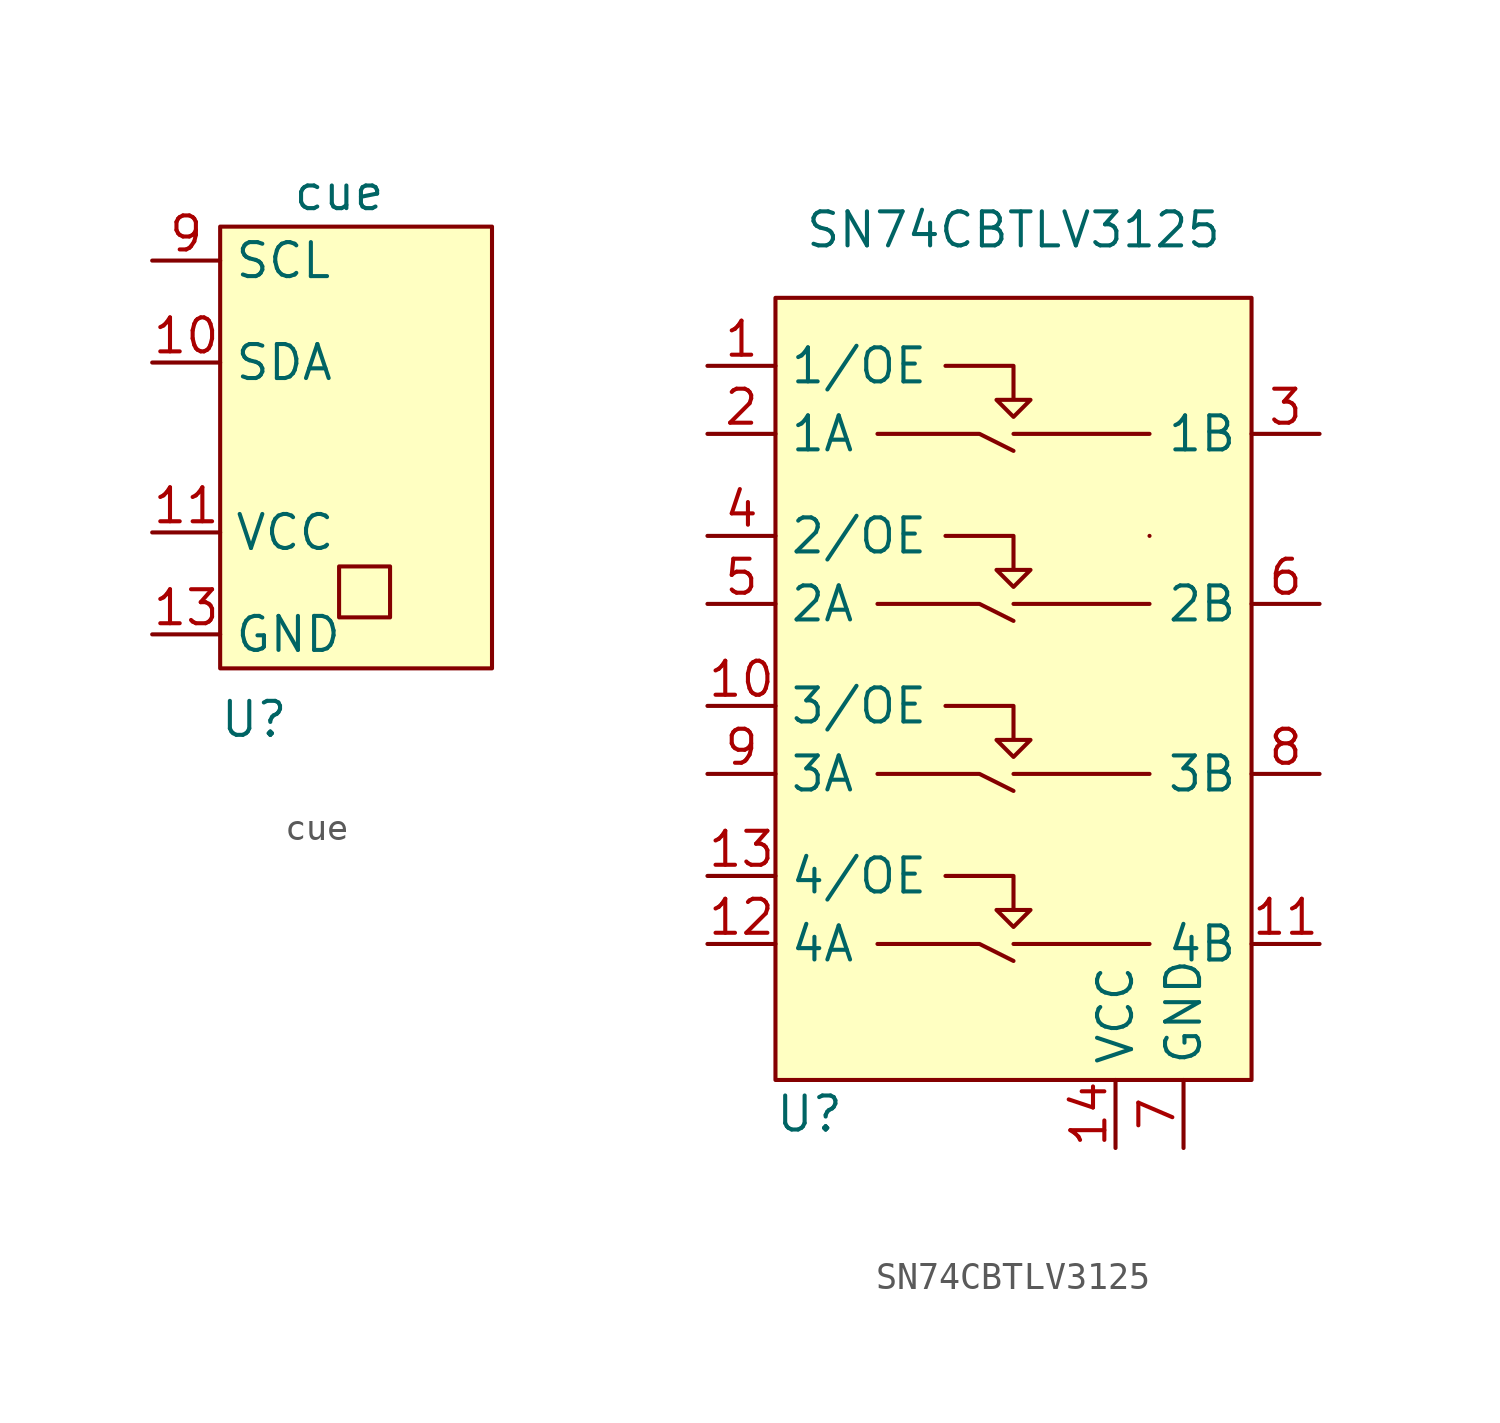
<source format=kicad_sym>
(kicad_symbol_lib
  (version 20211014)
  (generator kicad_symbol_editor)
  (symbol "cue"
    (property "Reference" "U"
      (at -2.54 -8.255 0)
      (effects (font (size 1.27 1.27))))
    (property "Value" "cue"
      (at 0.635 11.43 0)
      (effects (font (size 1.27 1.27))))
    (symbol "cue_0_1"
      (rectangle (start -3.81 10.16) (end 6.35 -6.35) (stroke (width 0) (type default) (color 0 0 0 0)) (fill (type background)))
      (rectangle (start 0.635 -2.54) (end 2.54 -4.445) (stroke (width 0) (type default) (color 0 0 0 0)) (fill (type none))))
    (symbol "cue_1_1"
      (pin bidirectional line (at -6.35 5.08 0) (length 2.54) (name "SDA" (effects (font (size 1.27 1.27)))) (number "10" (effects (font (size 1.27 1.27)))))
      (pin power_in line (at -6.35 -1.27 0) (length 2.54) (name "VCC" (effects (font (size 1.27 1.27)))) (number "11" (effects (font (size 1.27 1.27)))))
      (pin power_in line (at -6.35 -5.08 0) (length 2.54) (name "GND" (effects (font (size 1.27 1.27)))) (number "13" (effects (font (size 1.27 1.27)))))
      (pin bidirectional line (at -6.35 8.89 0) (length 2.54) (name "SCL" (effects (font (size 1.27 1.27)))) (number "9" (effects (font (size 1.27 1.27)))))))
  (symbol "SN74CBTLV3125"
    (property "Reference" "U"
      (at -7.62 -21.59 0)
      (effects (font (size 1.27 1.27))))
    (property "Value" "SN74CBTLV3125"
      (at 0 11.43 0)
      (effects (font (size 1.27 1.27))))
    (symbol "SN74CBTLV3125_0_1"
      (rectangle (start -8.89 8.89) (end 8.89 -20.32) (stroke (width 0) (type default) (color 0 0 0 0)) (fill (type background)))
      (polyline (pts (xy 0 -15.24) (xy 5.08 -15.24)) (stroke (width 0) (type default) (color 0 0 0 0)) (fill (type none)))
      (polyline (pts (xy 0 -8.89) (xy 5.08 -8.89)) (stroke (width 0) (type default) (color 0 0 0 0)) (fill (type none)))
      (polyline (pts (xy 0 -2.54) (xy 5.08 -2.54)) (stroke (width 0) (type default) (color 0 0 0 0)) (fill (type none)))
      (polyline (pts (xy 0 3.81) (xy 5.08 3.81)) (stroke (width 0) (type default) (color 0 0 0 0)) (fill (type none)))
      (polyline (pts (xy 5.08 0) (xy 5.08 0)) (stroke (width 0) (type default) (color 0 0 0 0)) (fill (type none)))
      (polyline (pts (xy -5.08 -15.24) (xy -1.27 -15.24) (xy 0 -15.875)) (stroke (width 0) (type default) (color 0 0 0 0)) (fill (type none)))
      (polyline (pts (xy -5.08 -8.89) (xy -1.27 -8.89) (xy 0 -9.525)) (stroke (width 0) (type default) (color 0 0 0 0)) (fill (type none)))
      (polyline (pts (xy -5.08 -2.54) (xy -1.27 -2.54) (xy 0 -3.175)) (stroke (width 0) (type default) (color 0 0 0 0)) (fill (type none)))
      (polyline (pts (xy -5.08 3.81) (xy -1.27 3.81) (xy 0 3.175)) (stroke (width 0) (type default) (color 0 0 0 0)) (fill (type none)))
      (polyline (pts (xy -2.54 -12.7) (xy 0 -12.7) (xy 0 -13.97) (xy -0.635 -13.97) (xy 0 -14.605) (xy 0.635 -13.97) (xy 0 -13.97)) (stroke (width 0) (type default) (color 0 0 0 0)) (fill (type none)))
      (polyline (pts (xy -2.54 -6.35) (xy 0 -6.35) (xy 0 -7.62) (xy -0.635 -7.62) (xy 0 -8.255) (xy 0.635 -7.62) (xy 0 -7.62)) (stroke (width 0) (type default) (color 0 0 0 0)) (fill (type none)))
      (polyline (pts (xy -2.54 0) (xy 0 0) (xy 0 -1.27) (xy -0.635 -1.27) (xy 0 -1.905) (xy 0.635 -1.27) (xy 0 -1.27)) (stroke (width 0) (type default) (color 0 0 0 0)) (fill (type none)))
      (polyline (pts (xy -2.54 6.35) (xy 0 6.35) (xy 0 5.08) (xy -0.635 5.08) (xy 0 4.445) (xy 0.635 5.08) (xy 0 5.08)) (stroke (width 0) (type default) (color 0 0 0 0)) (fill (type none))))
    (symbol "SN74CBTLV3125_1_1"
      (pin input line (at -11.43 6.35 0) (length 2.54) (name "1/OE" (effects (font (size 1.27 1.27)))) (number "1" (effects (font (size 1.27 1.27)))))
      (pin input line (at -11.43 -6.35 0) (length 2.54) (name "3/OE" (effects (font (size 1.27 1.27)))) (number "10" (effects (font (size 1.27 1.27)))))
      (pin bidirectional line (at 11.43 -15.24 180) (length 2.54) (name "4B" (effects (font (size 1.27 1.27)))) (number "11" (effects (font (size 1.27 1.27)))))
      (pin bidirectional line (at -11.43 -15.24 0) (length 2.54) (name "4A" (effects (font (size 1.27 1.27)))) (number "12" (effects (font (size 1.27 1.27)))))
      (pin input line (at -11.43 -12.7 0) (length 2.54) (name "4/OE" (effects (font (size 1.27 1.27)))) (number "13" (effects (font (size 1.27 1.27)))))
      (pin power_in line (at 3.81 -22.86 90) (length 2.54) (name "VCC" (effects (font (size 1.27 1.27)))) (number "14" (effects (font (size 1.27 1.27)))))
      (pin bidirectional line (at -11.43 3.81 0) (length 2.54) (name "1A" (effects (font (size 1.27 1.27)))) (number "2" (effects (font (size 1.27 1.27)))))
      (pin bidirectional line (at 11.43 3.81 180) (length 2.54) (name "1B" (effects (font (size 1.27 1.27)))) (number "3" (effects (font (size 1.27 1.27)))))
      (pin input line (at -11.43 0 0) (length 2.54) (name "2/OE" (effects (font (size 1.27 1.27)))) (number "4" (effects (font (size 1.27 1.27)))))
      (pin bidirectional line (at -11.43 -2.54 0) (length 2.54) (name "2A" (effects (font (size 1.27 1.27)))) (number "5" (effects (font (size 1.27 1.27)))))
      (pin bidirectional line (at 11.43 -2.54 180) (length 2.54) (name "2B" (effects (font (size 1.27 1.27)))) (number "6" (effects (font (size 1.27 1.27)))))
      (pin power_in line (at 6.35 -22.86 90) (length 2.54) (name "GND" (effects (font (size 1.27 1.27)))) (number "7" (effects (font (size 1.27 1.27)))))
      (pin bidirectional line (at 11.43 -8.89 180) (length 2.54) (name "3B" (effects (font (size 1.27 1.27)))) (number "8" (effects (font (size 1.27 1.27)))))
      (pin bidirectional line (at -11.43 -8.89 0) (length 2.54) (name "3A" (effects (font (size 1.27 1.27)))) (number "9" (effects (font (size 1.27 1.27))))))))
</source>
